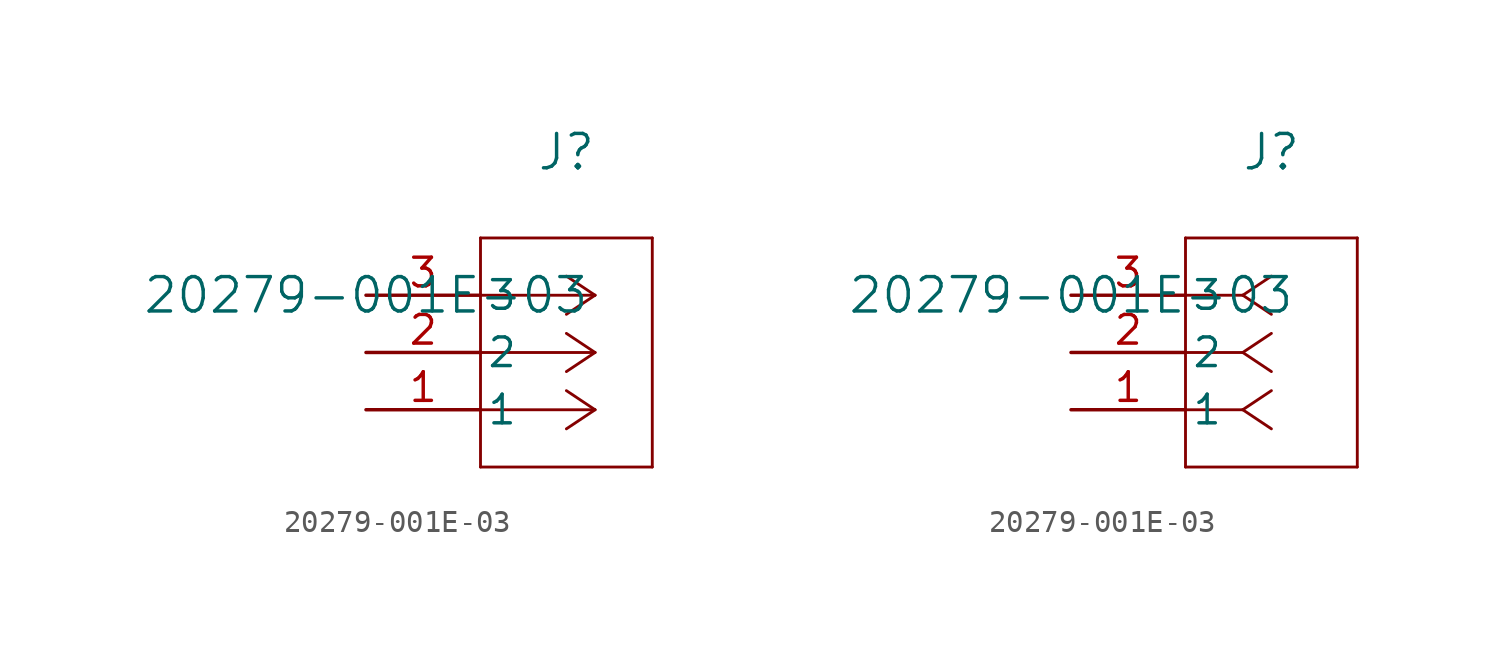
<source format=kicad_sym>
(kicad_symbol_lib
  (version 20211014)
  (generator kicad_symbol_editor)
  (symbol "20279-001E-03"
    (pin_names
      (offset 0.254))
    (property "Reference" "J"
      (at 8.89 6.35 0)
      (effects (font (size 1.524 1.524))))
    (property "Value" "20279-001E-03"
      (at 0 0 0)
      (effects (font (size 1.524 1.524))))
    (symbol "20279-001E-03_1_1"
      (polyline (pts (xy 10.16 0) (xy 5.08 0)) (stroke (width 0.127) (type default) (color 0 0 0 0)) (fill (type none)))
      (polyline (pts (xy 10.16 -2.54) (xy 5.08 -2.54)) (stroke (width 0.127) (type default) (color 0 0 0 0)) (fill (type none)))
      (polyline (pts (xy 10.16 -5.08) (xy 5.08 -5.08)) (stroke (width 0.127) (type default) (color 0 0 0 0)) (fill (type none)))
      (polyline (pts (xy 10.16 0) (xy 8.89 0.847)) (stroke (width 0.127) (type default) (color 0 0 0 0)) (fill (type none)))
      (polyline (pts (xy 10.16 -2.54) (xy 8.89 -1.693)) (stroke (width 0.127) (type default) (color 0 0 0 0)) (fill (type none)))
      (polyline (pts (xy 10.16 -5.08) (xy 8.89 -4.233)) (stroke (width 0.127) (type default) (color 0 0 0 0)) (fill (type none)))
      (polyline (pts (xy 10.16 0) (xy 8.89 -0.847)) (stroke (width 0.127) (type default) (color 0 0 0 0)) (fill (type none)))
      (polyline (pts (xy 10.16 -2.54) (xy 8.89 -3.387)) (stroke (width 0.127) (type default) (color 0 0 0 0)) (fill (type none)))
      (polyline (pts (xy 10.16 -5.08) (xy 8.89 -5.927)) (stroke (width 0.127) (type default) (color 0 0 0 0)) (fill (type none)))
      (polyline (pts (xy 5.08 2.54) (xy 5.08 -7.62)) (stroke (width 0.127) (type default) (color 0 0 0 0)) (fill (type none)))
      (polyline (pts (xy 5.08 -7.62) (xy 12.7 -7.62)) (stroke (width 0.127) (type default) (color 0 0 0 0)) (fill (type none)))
      (polyline (pts (xy 12.7 -7.62) (xy 12.7 2.54)) (stroke (width 0.127) (type default) (color 0 0 0 0)) (fill (type none)))
      (polyline (pts (xy 12.7 2.54) (xy 5.08 2.54)) (stroke (width 0.127) (type default) (color 0 0 0 0)) (fill (type none)))
      (pin unspecified line (at 0 0 0) (length 5.08) (name "3" (effects (font (size 1.27 1.27)))) (number "3" (effects (font (size 1.27 1.27)))))
      (pin unspecified line (at 0 -2.54 0) (length 5.08) (name "2" (effects (font (size 1.27 1.27)))) (number "2" (effects (font (size 1.27 1.27)))))
      (pin unspecified line (at 0 -5.08 0) (length 5.08) (name "1" (effects (font (size 1.27 1.27)))) (number "1" (effects (font (size 1.27 1.27))))))
    (symbol "20279-001E-03_1_2"
      (polyline (pts (xy 7.62 0) (xy 5.08 0)) (stroke (width 0.127) (type default) (color 0 0 0 0)) (fill (type none)))
      (polyline (pts (xy 7.62 -2.54) (xy 5.08 -2.54)) (stroke (width 0.127) (type default) (color 0 0 0 0)) (fill (type none)))
      (polyline (pts (xy 7.62 -5.08) (xy 5.08 -5.08)) (stroke (width 0.127) (type default) (color 0 0 0 0)) (fill (type none)))
      (polyline (pts (xy 7.62 0) (xy 8.89 0.847)) (stroke (width 0.127) (type default) (color 0 0 0 0)) (fill (type none)))
      (polyline (pts (xy 7.62 -2.54) (xy 8.89 -1.693)) (stroke (width 0.127) (type default) (color 0 0 0 0)) (fill (type none)))
      (polyline (pts (xy 7.62 -5.08) (xy 8.89 -4.233)) (stroke (width 0.127) (type default) (color 0 0 0 0)) (fill (type none)))
      (polyline (pts (xy 7.62 0) (xy 8.89 -0.847)) (stroke (width 0.127) (type default) (color 0 0 0 0)) (fill (type none)))
      (polyline (pts (xy 7.62 -2.54) (xy 8.89 -3.387)) (stroke (width 0.127) (type default) (color 0 0 0 0)) (fill (type none)))
      (polyline (pts (xy 7.62 -5.08) (xy 8.89 -5.927)) (stroke (width 0.127) (type default) (color 0 0 0 0)) (fill (type none)))
      (polyline (pts (xy 5.08 2.54) (xy 5.08 -7.62)) (stroke (width 0.127) (type default) (color 0 0 0 0)) (fill (type none)))
      (polyline (pts (xy 5.08 -7.62) (xy 12.7 -7.62)) (stroke (width 0.127) (type default) (color 0 0 0 0)) (fill (type none)))
      (polyline (pts (xy 12.7 -7.62) (xy 12.7 2.54)) (stroke (width 0.127) (type default) (color 0 0 0 0)) (fill (type none)))
      (polyline (pts (xy 12.7 2.54) (xy 5.08 2.54)) (stroke (width 0.127) (type default) (color 0 0 0 0)) (fill (type none)))
      (pin unspecified line (at 0 0 0) (length 5.08) (name "3" (effects (font (size 1.27 1.27)))) (number "3" (effects (font (size 1.27 1.27)))))
      (pin unspecified line (at 0 -2.54 0) (length 5.08) (name "2" (effects (font (size 1.27 1.27)))) (number "2" (effects (font (size 1.27 1.27)))))
      (pin unspecified line (at 0 -5.08 0) (length 5.08) (name "1" (effects (font (size 1.27 1.27)))) (number "1" (effects (font (size 1.27 1.27))))))))
</source>
